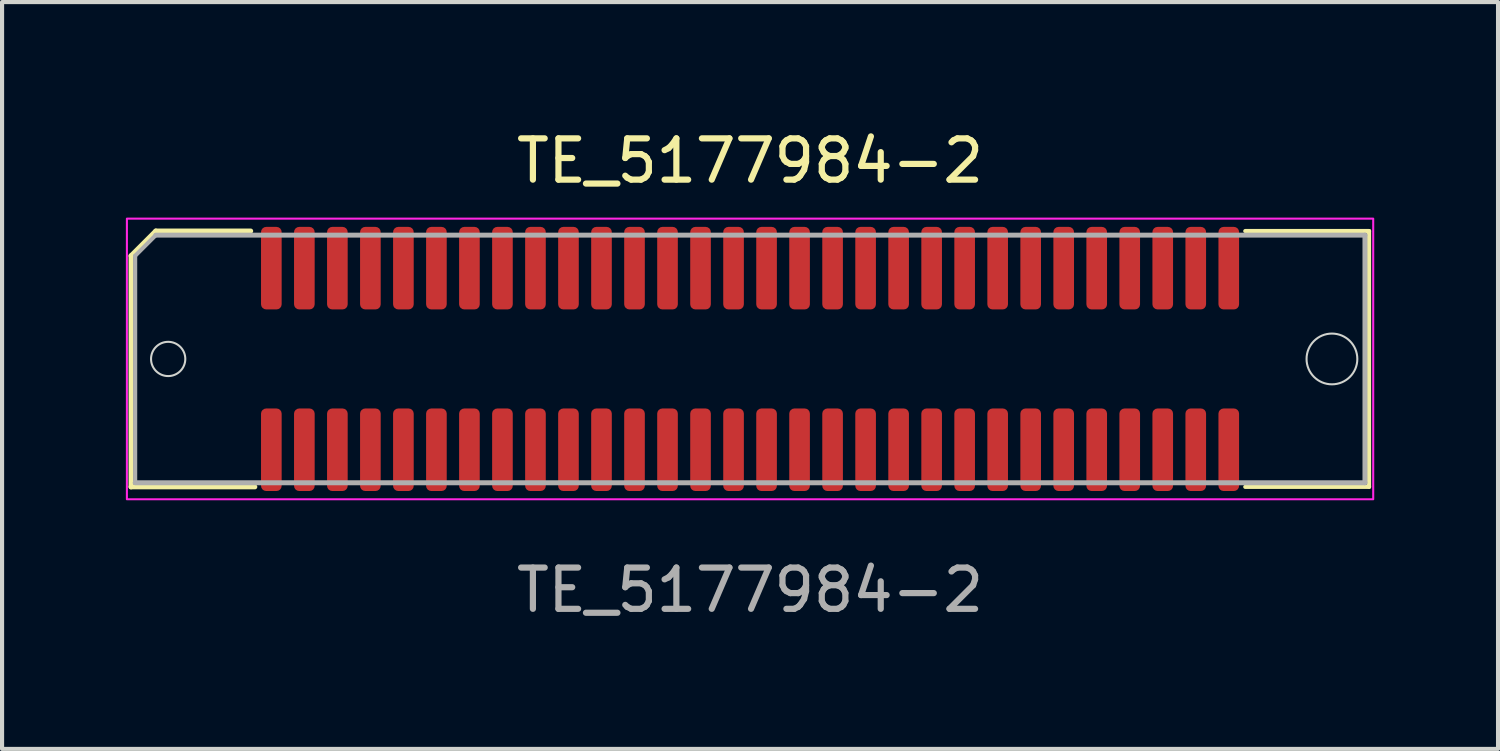
<source format=kicad_pcb>
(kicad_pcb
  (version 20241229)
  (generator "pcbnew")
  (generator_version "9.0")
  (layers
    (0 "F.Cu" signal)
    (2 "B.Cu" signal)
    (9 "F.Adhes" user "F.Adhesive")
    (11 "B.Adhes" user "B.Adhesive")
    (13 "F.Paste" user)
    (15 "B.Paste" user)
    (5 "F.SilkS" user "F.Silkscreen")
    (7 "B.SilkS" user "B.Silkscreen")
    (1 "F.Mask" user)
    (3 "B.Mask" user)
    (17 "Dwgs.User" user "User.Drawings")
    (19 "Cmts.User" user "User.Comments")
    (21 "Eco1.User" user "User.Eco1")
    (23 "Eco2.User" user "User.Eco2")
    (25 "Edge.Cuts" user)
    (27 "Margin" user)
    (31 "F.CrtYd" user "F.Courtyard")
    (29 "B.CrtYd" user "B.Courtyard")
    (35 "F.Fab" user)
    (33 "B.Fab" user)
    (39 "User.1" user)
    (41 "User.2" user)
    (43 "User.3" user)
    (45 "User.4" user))
  (footprint "TE_5177984-2"
    (layer "F.Cu")
    (at 15.125 5.648)
    (property "Reference" "TE_5177984-2" (at 0 -4.8 0) (layer "F.SilkS") (effects (font (size 1 1) (thickness 0.15))))
    (attr through_hole)
    (fp_line (start -15 -2.5) (end -15 3.1) (stroke (width 0.12) (type solid)) (layer "F.SilkS"))
    (fp_line (start -15 -2.5) (end -14.4 -3.1) (stroke (width 0.12) (type solid)) (layer "F.SilkS"))
    (fp_line (start -15 3.1) (end -12 3.1) (stroke (width 0.12) (type solid)) (layer "F.SilkS"))
    (fp_line (start -12.1 -3.1) (end -14.4 -3.1) (stroke (width 0.12) (type solid)) (layer "F.SilkS"))
    (fp_line (start 12 -3.1) (end 15 -3.1) (stroke (width 0.1) (type solid)) (layer "F.SilkS"))
    (fp_line (start 15 -3.1) (end 15 3.1) (stroke (width 0.1) (type solid)) (layer "F.SilkS"))
    (fp_line (start 15 3.1) (end 12 3.1) (stroke (width 0.1) (type solid)) (layer "F.SilkS"))
    (fp_circle (center -14.1 0) (end -13.685 0) (stroke (width 0.05) (type solid)) (fill no) (layer "Edge.Cuts"))
    (fp_circle (center 14.1 0) (end 14.715 0) (stroke (width 0.05) (type solid)) (fill no) (layer "Edge.Cuts"))
    (fp_rect (start -15.1 -3.4) (end 15.1 3.4) (stroke (width 0.05) (type solid)) (fill no) (layer "F.CrtYd"))
    (fp_line (start -14.9 3) (end -14.9 -2.5) (stroke (width 0.1) (type solid)) (layer "F.Fab"))
    (fp_line (start -14.4 -3) (end -14.9 -2.5) (stroke (width 0.1) (type default)) (layer "F.Fab"))
    (fp_line (start -14.4 -3) (end 14.9 -3) (stroke (width 0.12) (type solid)) (layer "F.Fab"))
    (fp_line (start 14.9 -3) (end 14.9 3) (stroke (width 0.12) (type solid)) (layer "F.Fab"))
    (fp_line (start 14.9 3) (end -14.9 3) (stroke (width 0.12) (type solid)) (layer "F.Fab"))
    (fp_text user "${REFERENCE}" (at 0 5.6 0) (layer "F.Fab") (effects (font (size 1 1) (thickness 0.15))))
    (pad "1" smd roundrect (at -11.6 -2.2) (size 0.5 2) (layers "F.Cu" "F.Mask" "F.Paste") (roundrect_rratio 0.25))
    (pad "2" smd roundrect (at -11.6 2.2) (size 0.5 2) (layers "F.Cu" "F.Mask" "F.Paste") (roundrect_rratio 0.25))
    (pad "3" smd roundrect (at -10.8 -2.2) (size 0.5 2) (layers "F.Cu" "F.Mask" "F.Paste") (roundrect_rratio 0.25))
    (pad "4" smd roundrect (at -10.8 2.2) (size 0.5 2) (layers "F.Cu" "F.Mask" "F.Paste") (roundrect_rratio 0.25))
    (pad "5" smd roundrect (at -10 -2.2) (size 0.5 2) (layers "F.Cu" "F.Mask" "F.Paste") (roundrect_rratio 0.25))
    (pad "6" smd roundrect (at -10 2.2) (size 0.5 2) (layers "F.Cu" "F.Mask" "F.Paste") (roundrect_rratio 0.25))
    (pad "7" smd roundrect (at -9.2 -2.2) (size 0.5 2) (layers "F.Cu" "F.Mask" "F.Paste") (roundrect_rratio 0.25))
    (pad "8" smd roundrect (at -9.2 2.2) (size 0.5 2) (layers "F.Cu" "F.Mask" "F.Paste") (roundrect_rratio 0.25))
    (pad "9" smd roundrect (at -8.4 -2.2) (size 0.5 2) (layers "F.Cu" "F.Mask" "F.Paste") (roundrect_rratio 0.25))
    (pad "10" smd roundrect (at -8.4 2.2) (size 0.5 2) (layers "F.Cu" "F.Mask" "F.Paste") (roundrect_rratio 0.25))
    (pad "11" smd roundrect (at -7.6 -2.2) (size 0.5 2) (layers "F.Cu" "F.Mask" "F.Paste") (roundrect_rratio 0.25))
    (pad "12" smd roundrect (at -7.6 2.2) (size 0.5 2) (layers "F.Cu" "F.Mask" "F.Paste") (roundrect_rratio 0.25))
    (pad "13" smd roundrect (at -6.8 -2.2) (size 0.5 2) (layers "F.Cu" "F.Mask" "F.Paste") (roundrect_rratio 0.25))
    (pad "14" smd roundrect (at -6.8 2.2) (size 0.5 2) (layers "F.Cu" "F.Mask" "F.Paste") (roundrect_rratio 0.25))
    (pad "15" smd roundrect (at -6 -2.2) (size 0.5 2) (layers "F.Cu" "F.Mask" "F.Paste") (roundrect_rratio 0.25))
    (pad "16" smd roundrect (at -6 2.2) (size 0.5 2) (layers "F.Cu" "F.Mask" "F.Paste") (roundrect_rratio 0.25))
    (pad "17" smd roundrect (at -5.2 -2.2) (size 0.5 2) (layers "F.Cu" "F.Mask" "F.Paste") (roundrect_rratio 0.25))
    (pad "18" smd roundrect (at -5.2 2.2) (size 0.5 2) (layers "F.Cu" "F.Mask" "F.Paste") (roundrect_rratio 0.25))
    (pad "19" smd roundrect (at -4.4 -2.2) (size 0.5 2) (layers "F.Cu" "F.Mask" "F.Paste") (roundrect_rratio 0.25))
    (pad "20" smd roundrect (at -4.4 2.2) (size 0.5 2) (layers "F.Cu" "F.Mask" "F.Paste") (roundrect_rratio 0.25))
    (pad "21" smd roundrect (at -3.6 -2.2) (size 0.5 2) (layers "F.Cu" "F.Mask" "F.Paste") (roundrect_rratio 0.25))
    (pad "22" smd roundrect (at -3.6 2.2) (size 0.5 2) (layers "F.Cu" "F.Mask" "F.Paste") (roundrect_rratio 0.25))
    (pad "23" smd roundrect (at -2.8 -2.2) (size 0.5 2) (layers "F.Cu" "F.Mask" "F.Paste") (roundrect_rratio 0.25))
    (pad "24" smd roundrect (at -2.8 2.2) (size 0.5 2) (layers "F.Cu" "F.Mask" "F.Paste") (roundrect_rratio 0.25))
    (pad "25" smd roundrect (at -2 -2.2) (size 0.5 2) (layers "F.Cu" "F.Mask" "F.Paste") (roundrect_rratio 0.25))
    (pad "26" smd roundrect (at -2 2.2) (size 0.5 2) (layers "F.Cu" "F.Mask" "F.Paste") (roundrect_rratio 0.25))
    (pad "27" smd roundrect (at -1.2 -2.2) (size 0.5 2) (layers "F.Cu" "F.Mask" "F.Paste") (roundrect_rratio 0.25))
    (pad "28" smd roundrect (at -1.2 2.2) (size 0.5 2) (layers "F.Cu" "F.Mask" "F.Paste") (roundrect_rratio 0.25))
    (pad "29" smd roundrect (at -0.4 -2.2) (size 0.5 2) (layers "F.Cu" "F.Mask" "F.Paste") (roundrect_rratio 0.25))
    (pad "30" smd roundrect (at -0.4 2.2) (size 0.5 2) (layers "F.Cu" "F.Mask" "F.Paste") (roundrect_rratio 0.25))
    (pad "31" smd roundrect (at 0.4 -2.2) (size 0.5 2) (layers "F.Cu" "F.Mask" "F.Paste") (roundrect_rratio 0.25))
    (pad "32" smd roundrect (at 0.4 2.2) (size 0.5 2) (layers "F.Cu" "F.Mask" "F.Paste") (roundrect_rratio 0.25))
    (pad "33" smd roundrect (at 1.2 -2.2) (size 0.5 2) (layers "F.Cu" "F.Mask" "F.Paste") (roundrect_rratio 0.25))
    (pad "34" smd roundrect (at 1.2 2.2) (size 0.5 2) (layers "F.Cu" "F.Mask" "F.Paste") (roundrect_rratio 0.25))
    (pad "35" smd roundrect (at 2 -2.2) (size 0.5 2) (layers "F.Cu" "F.Mask" "F.Paste") (roundrect_rratio 0.25))
    (pad "36" smd roundrect (at 2 2.2) (size 0.5 2) (layers "F.Cu" "F.Mask" "F.Paste") (roundrect_rratio 0.25))
    (pad "37" smd roundrect (at 2.8 -2.2) (size 0.5 2) (layers "F.Cu" "F.Mask" "F.Paste") (roundrect_rratio 0.25))
    (pad "38" smd roundrect (at 2.8 2.2) (size 0.5 2) (layers "F.Cu" "F.Mask" "F.Paste") (roundrect_rratio 0.25))
    (pad "39" smd roundrect (at 3.6 -2.2) (size 0.5 2) (layers "F.Cu" "F.Mask" "F.Paste") (roundrect_rratio 0.25))
    (pad "40" smd roundrect (at 3.6 2.2) (size 0.5 2) (layers "F.Cu" "F.Mask" "F.Paste") (roundrect_rratio 0.25))
    (pad "41" smd roundrect (at 4.4 -2.2) (size 0.5 2) (layers "F.Cu" "F.Mask" "F.Paste") (roundrect_rratio 0.25))
    (pad "42" smd roundrect (at 4.4 2.2) (size 0.5 2) (layers "F.Cu" "F.Mask" "F.Paste") (roundrect_rratio 0.25))
    (pad "43" smd roundrect (at 5.2 -2.2) (size 0.5 2) (layers "F.Cu" "F.Mask" "F.Paste") (roundrect_rratio 0.25))
    (pad "44" smd roundrect (at 5.2 2.2) (size 0.5 2) (layers "F.Cu" "F.Mask" "F.Paste") (roundrect_rratio 0.25))
    (pad "45" smd roundrect (at 6 -2.2) (size 0.5 2) (layers "F.Cu" "F.Mask" "F.Paste") (roundrect_rratio 0.25))
    (pad "46" smd roundrect (at 6 2.2) (size 0.5 2) (layers "F.Cu" "F.Mask" "F.Paste") (roundrect_rratio 0.25))
    (pad "47" smd roundrect (at 6.8 -2.2) (size 0.5 2) (layers "F.Cu" "F.Mask" "F.Paste") (roundrect_rratio 0.25))
    (pad "48" smd roundrect (at 6.8 2.2) (size 0.5 2) (layers "F.Cu" "F.Mask" "F.Paste") (roundrect_rratio 0.25))
    (pad "49" smd roundrect (at 7.6 -2.2) (size 0.5 2) (layers "F.Cu" "F.Mask" "F.Paste") (roundrect_rratio 0.25))
    (pad "50" smd roundrect (at 7.6 2.2) (size 0.5 2) (layers "F.Cu" "F.Mask" "F.Paste") (roundrect_rratio 0.25))
    (pad "51" smd roundrect (at 8.4 -2.2) (size 0.5 2) (layers "F.Cu" "F.Mask" "F.Paste") (roundrect_rratio 0.25))
    (pad "52" smd roundrect (at 8.4 2.2) (size 0.5 2) (layers "F.Cu" "F.Mask" "F.Paste") (roundrect_rratio 0.25))
    (pad "53" smd roundrect (at 9.2 -2.2) (size 0.5 2) (layers "F.Cu" "F.Mask" "F.Paste") (roundrect_rratio 0.25))
    (pad "54" smd roundrect (at 9.2 2.2) (size 0.5 2) (layers "F.Cu" "F.Mask" "F.Paste") (roundrect_rratio 0.25))
    (pad "55" smd roundrect (at 10 -2.2) (size 0.5 2) (layers "F.Cu" "F.Mask" "F.Paste") (roundrect_rratio 0.25))
    (pad "56" smd roundrect (at 10 2.2) (size 0.5 2) (layers "F.Cu" "F.Mask" "F.Paste") (roundrect_rratio 0.25))
    (pad "57" smd roundrect (at 10.8 -2.2) (size 0.5 2) (layers "F.Cu" "F.Mask" "F.Paste") (roundrect_rratio 0.25))
    (pad "58" smd roundrect (at 10.8 2.2) (size 0.5 2) (layers "F.Cu" "F.Mask" "F.Paste") (roundrect_rratio 0.25))
    (pad "59" smd roundrect (at 11.6 -2.2) (size 0.5 2) (layers "F.Cu" "F.Mask" "F.Paste") (roundrect_rratio 0.25))
    (pad "60" smd roundrect (at 11.6 2.2) (size 0.5 2) (layers "F.Cu" "F.Mask" "F.Paste") (roundrect_rratio 0.25)))
  (gr_rect
    (start -3 -3)
    (end 33.25 15.097)
    (stroke (width 0.1) (type default))
    (fill no)
    (layer "Edge.Cuts")))
</source>
